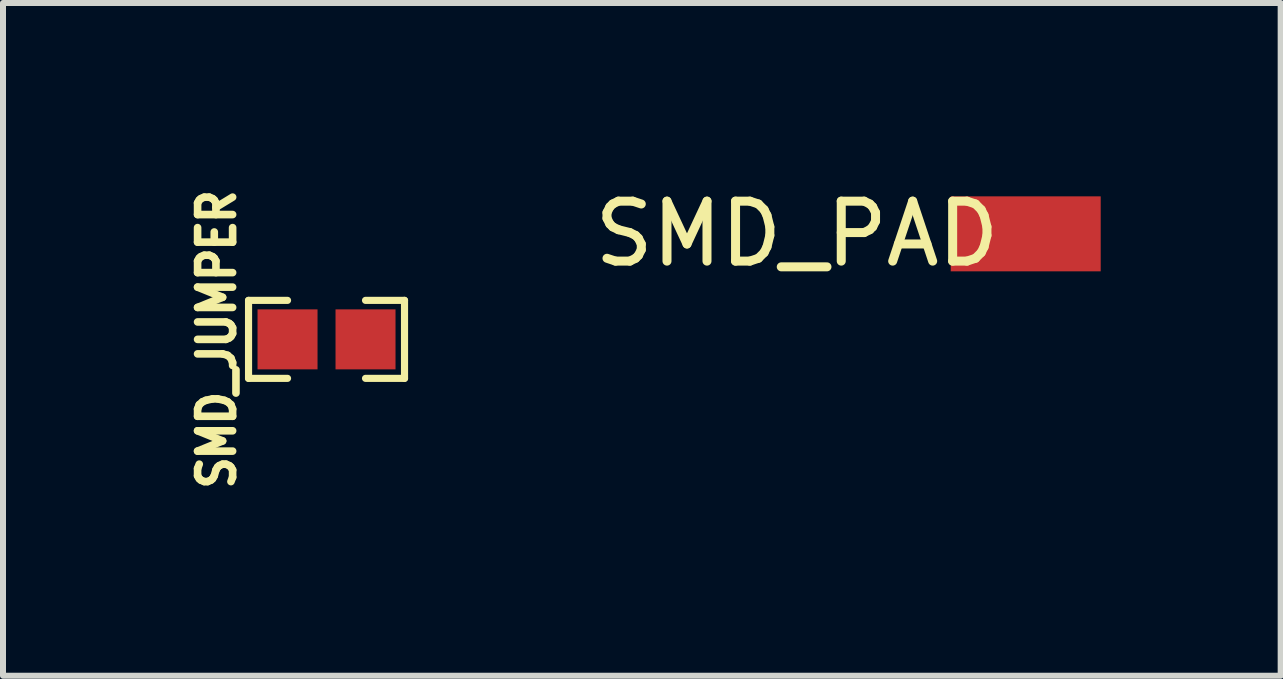
<source format=kicad_pcb>
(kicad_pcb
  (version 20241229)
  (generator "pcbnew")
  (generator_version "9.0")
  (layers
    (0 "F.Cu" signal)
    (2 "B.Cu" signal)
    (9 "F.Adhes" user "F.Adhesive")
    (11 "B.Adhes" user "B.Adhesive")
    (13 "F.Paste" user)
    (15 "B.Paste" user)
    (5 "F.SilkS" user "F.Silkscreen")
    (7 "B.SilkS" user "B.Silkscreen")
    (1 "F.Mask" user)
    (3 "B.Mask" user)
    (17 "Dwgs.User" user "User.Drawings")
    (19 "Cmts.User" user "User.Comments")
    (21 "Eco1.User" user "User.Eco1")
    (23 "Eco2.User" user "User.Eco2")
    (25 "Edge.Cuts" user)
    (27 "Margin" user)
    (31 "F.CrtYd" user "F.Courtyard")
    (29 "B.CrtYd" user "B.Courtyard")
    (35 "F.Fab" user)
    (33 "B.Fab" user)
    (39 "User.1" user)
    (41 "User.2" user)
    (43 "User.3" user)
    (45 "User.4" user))
  (footprint "SMD_PAD"
    (layer "F.Cu")
    (at 14.048 0.848)
    (property "Reference" "SMD_PAD" (at -3.813 0 0) (layer "F.SilkS") (effects (font (size 1 1) (thickness 0.15))))
    (attr through_hole)
    (pad "1" smd rect (at 0 0) (size 2.5 1.25) (layers "F.Cu" "F.Mask")))
  (footprint "SMD_JUMPER"
    (layer "F.Cu")
    (at 2.393 2.607)
    (property "Reference" "SMD_JUMPER" (at -1.829 0 90) (layer "F.SilkS") (effects (font (size 0.584 0.508) (thickness 0.127))))
    (attr smd)
    (fp_line (start -1.3 -0.65) (end -0.65 -0.65) (stroke (width 0.119) (type solid)) (layer "F.SilkS"))
    (fp_line (start -1.3 0.65) (end -1.3 -0.65) (stroke (width 0.119) (type solid)) (layer "F.SilkS"))
    (fp_line (start -0.65 0.65) (end -1.3 0.65) (stroke (width 0.119) (type solid)) (layer "F.SilkS"))
    (fp_line (start 0.65 -0.65) (end 1.3 -0.65) (stroke (width 0.119) (type solid)) (layer "F.SilkS"))
    (fp_line (start 0.65 0.65) (end 1.3 0.65) (stroke (width 0.119) (type solid)) (layer "F.SilkS"))
    (fp_line (start 1.3 -0.65) (end 1.3 0.65) (stroke (width 0.119) (type solid)) (layer "F.SilkS"))
    (pad "1" smd rect (at -0.65 0) (size 1 1) (layers "F.Cu" "F.Mask"))
    (pad "2" smd rect (at 0.65 0) (size 1 1) (layers "F.Cu" "F.Mask")))
  (gr_rect
    (start -3 -3)
    (end 18.298 8.214)
    (stroke (width 0.1) (type default))
    (fill no)
    (layer "Edge.Cuts")))
</source>
